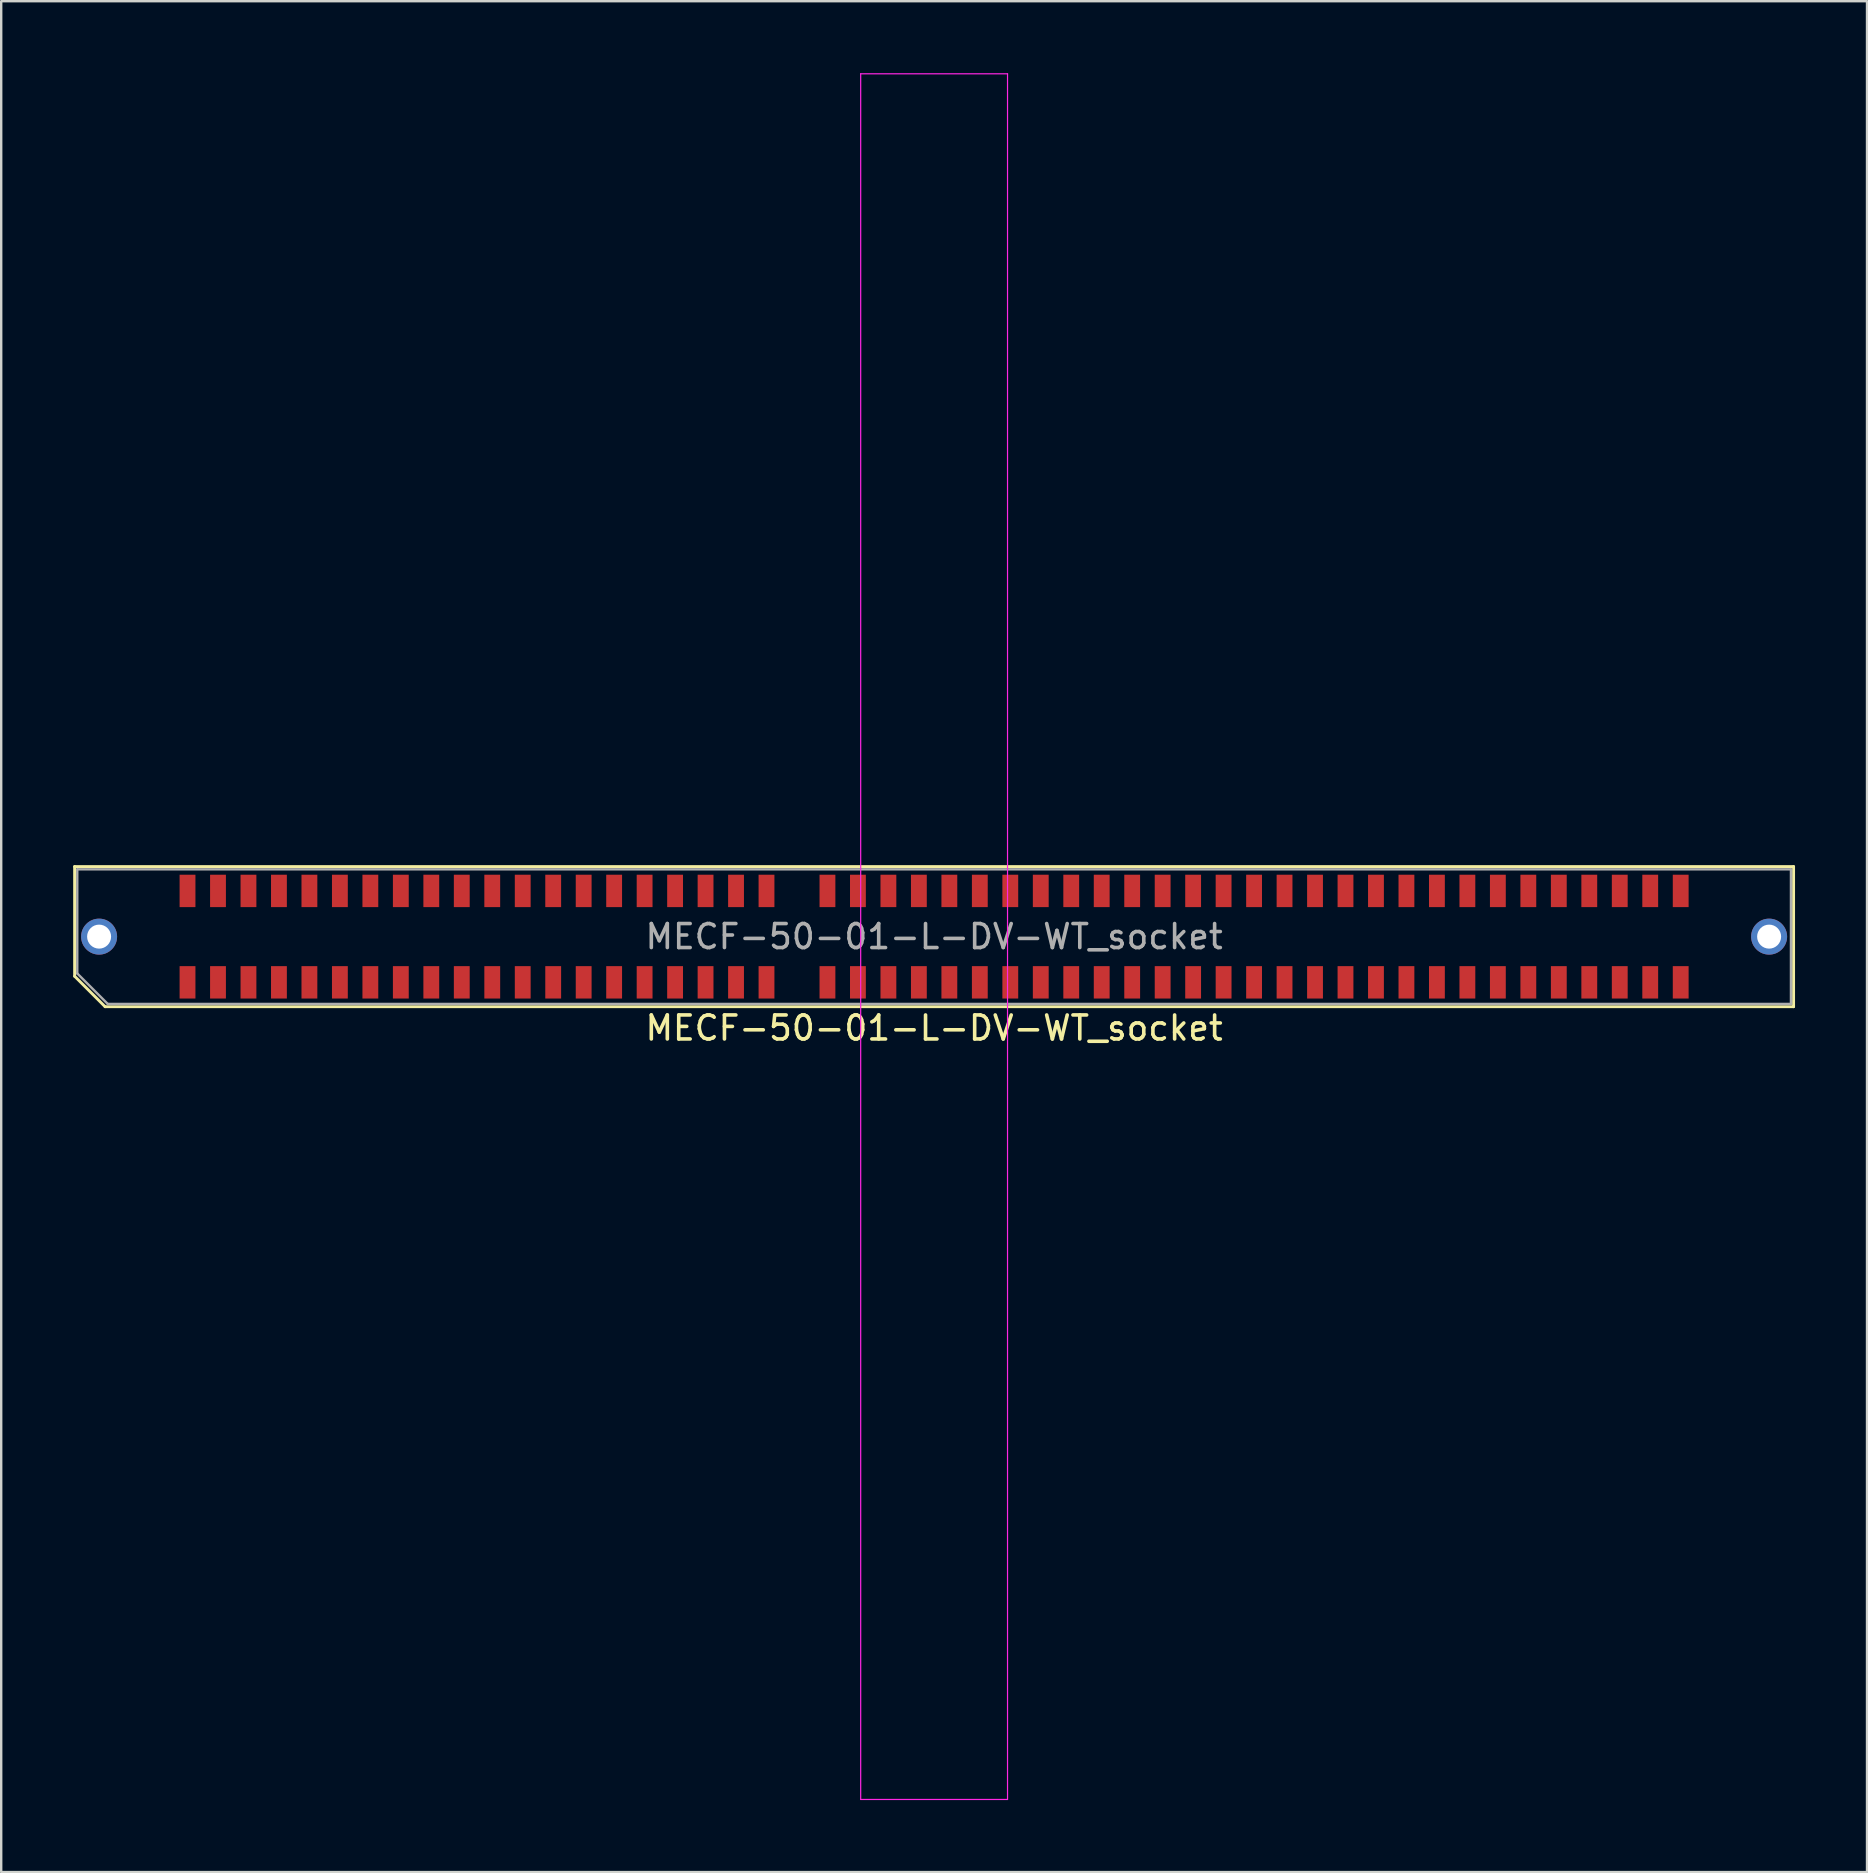
<source format=kicad_pcb>
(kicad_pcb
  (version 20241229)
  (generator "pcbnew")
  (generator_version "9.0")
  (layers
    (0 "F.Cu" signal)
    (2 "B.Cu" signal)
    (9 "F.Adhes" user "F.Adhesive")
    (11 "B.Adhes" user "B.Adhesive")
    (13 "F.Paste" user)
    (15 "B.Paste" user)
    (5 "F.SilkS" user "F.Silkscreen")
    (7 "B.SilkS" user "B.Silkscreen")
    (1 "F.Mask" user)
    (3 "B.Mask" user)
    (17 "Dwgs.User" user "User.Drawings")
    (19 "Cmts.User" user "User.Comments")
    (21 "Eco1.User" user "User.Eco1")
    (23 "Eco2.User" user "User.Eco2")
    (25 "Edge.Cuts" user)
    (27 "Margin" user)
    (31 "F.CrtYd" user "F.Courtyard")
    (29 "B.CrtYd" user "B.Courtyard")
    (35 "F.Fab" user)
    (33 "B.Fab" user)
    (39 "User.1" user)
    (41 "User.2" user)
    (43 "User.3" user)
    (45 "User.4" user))
  (footprint "MECF-50-01-L-DV-WT_socket"
    (layer "F.Cu")
    (at 35.88 35.985)
    (property "Reference" "MECF-50-01-L-DV-WT_socket" (at 0 3.81 0) (layer "F.SilkS") (effects (font (size 1 1) (thickness 0.15))))
    (attr smd)
    (fp_line (start -35.82 -2.92) (end 35.82 -2.92) (stroke (width 0.12) (type solid)) (layer "F.SilkS"))
    (fp_line (start -35.82 1.65) (end -35.82 -2.92) (stroke (width 0.12) (type solid)) (layer "F.SilkS"))
    (fp_line (start -34.55 2.92) (end -35.82 1.65) (stroke (width 0.12) (type solid)) (layer "F.SilkS"))
    (fp_line (start -34.55 2.92) (end 35.82 2.92) (stroke (width 0.12) (type solid)) (layer "F.SilkS"))
    (fp_line (start 35.82 2.92) (end 35.82 -2.92) (stroke (width 0.12) (type solid)) (layer "F.SilkS"))
    (fp_line (start -3.06 -35.96) (end -3.06 35.96) (stroke (width 0.05) (type solid)) (layer "F.CrtYd"))
    (fp_line (start -3.06 35.96) (end 3.06 35.96) (stroke (width 0.05) (type solid)) (layer "F.CrtYd"))
    (fp_line (start 3.06 -35.96) (end -3.06 -35.96) (stroke (width 0.05) (type solid)) (layer "F.CrtYd"))
    (fp_line (start 3.06 35.96) (end 3.06 -35.96) (stroke (width 0.05) (type solid)) (layer "F.CrtYd"))
    (fp_line (start -35.71 -2.805) (end 35.71 -2.805) (stroke (width 0.1) (type solid)) (layer "F.Fab"))
    (fp_line (start -35.71 1.535) (end -35.71 -2.805) (stroke (width 0.1) (type solid)) (layer "F.Fab"))
    (fp_line (start -35.71 1.535) (end -34.44 2.805) (stroke (width 0.1) (type solid)) (layer "F.Fab"))
    (fp_line (start -34.44 2.805) (end 35.71 2.805) (stroke (width 0.1) (type solid)) (layer "F.Fab"))
    (fp_line (start 35.71 2.805) (end 35.71 -2.805) (stroke (width 0.1) (type solid)) (layer "F.Fab"))
    (fp_text user "${REFERENCE}" (at 0 0 0) (layer "F.Fab") (effects (font (size 1 1) (thickness 0.15))))
    (pad "" np_thru_hole circle (at -32.895 0) (size 0.001 0.001) (drill 1.45) (layers "*.Cu" "*.Mask"))
    (pad "" np_thru_hole circle (at 32.895 1) (size 0.001 0.001) (drill 1.45) (layers "*.Cu" "*.Mask"))
    (pad "1" smd rect (at -31.115 1.905) (size 0.66 1.35) (layers "F.Cu" "F.Mask" "F.Paste"))
    (pad "2" smd rect (at -31.115 -1.905) (size 0.66 1.35) (layers "F.Cu" "F.Mask" "F.Paste"))
    (pad "3" smd rect (at -29.845 1.905) (size 0.66 1.35) (layers "F.Cu" "F.Mask" "F.Paste"))
    (pad "4" smd rect (at -29.845 -1.905) (size 0.66 1.35) (layers "F.Cu" "F.Mask" "F.Paste"))
    (pad "5" smd rect (at -28.575 1.905) (size 0.66 1.35) (layers "F.Cu" "F.Mask" "F.Paste"))
    (pad "6" smd rect (at -28.575 -1.905) (size 0.66 1.35) (layers "F.Cu" "F.Mask" "F.Paste"))
    (pad "7" smd rect (at -27.305 1.905) (size 0.66 1.35) (layers "F.Cu" "F.Mask" "F.Paste"))
    (pad "8" smd rect (at -27.305 -1.905) (size 0.66 1.35) (layers "F.Cu" "F.Mask" "F.Paste"))
    (pad "9" smd rect (at -26.035 1.905) (size 0.66 1.35) (layers "F.Cu" "F.Mask" "F.Paste"))
    (pad "10" smd rect (at -26.035 -1.905) (size 0.66 1.35) (layers "F.Cu" "F.Mask" "F.Paste"))
    (pad "11" smd rect (at -24.765 1.905) (size 0.66 1.35) (layers "F.Cu" "F.Mask" "F.Paste"))
    (pad "12" smd rect (at -24.765 -1.905) (size 0.66 1.35) (layers "F.Cu" "F.Mask" "F.Paste"))
    (pad "13" smd rect (at -23.495 1.905) (size 0.66 1.35) (layers "F.Cu" "F.Mask" "F.Paste"))
    (pad "14" smd rect (at -23.495 -1.905) (size 0.66 1.35) (layers "F.Cu" "F.Mask" "F.Paste"))
    (pad "15" smd rect (at -22.225 1.905) (size 0.66 1.35) (layers "F.Cu" "F.Mask" "F.Paste"))
    (pad "16" smd rect (at -22.225 -1.905) (size 0.66 1.35) (layers "F.Cu" "F.Mask" "F.Paste"))
    (pad "17" smd rect (at -20.955 1.905) (size 0.66 1.35) (layers "F.Cu" "F.Mask" "F.Paste"))
    (pad "18" smd rect (at -20.955 -1.905) (size 0.66 1.35) (layers "F.Cu" "F.Mask" "F.Paste"))
    (pad "19" smd rect (at -19.685 1.905) (size 0.66 1.35) (layers "F.Cu" "F.Mask" "F.Paste"))
    (pad "20" smd rect (at -19.685 -1.905) (size 0.66 1.35) (layers "F.Cu" "F.Mask" "F.Paste"))
    (pad "21" smd rect (at -18.415 1.905) (size 0.66 1.35) (layers "F.Cu" "F.Mask" "F.Paste"))
    (pad "22" smd rect (at -18.415 -1.905) (size 0.66 1.35) (layers "F.Cu" "F.Mask" "F.Paste"))
    (pad "23" smd rect (at -17.145 1.905) (size 0.66 1.35) (layers "F.Cu" "F.Mask" "F.Paste"))
    (pad "24" smd rect (at -17.145 -1.905) (size 0.66 1.35) (layers "F.Cu" "F.Mask" "F.Paste"))
    (pad "25" smd rect (at -15.875 1.905) (size 0.66 1.35) (layers "F.Cu" "F.Mask" "F.Paste"))
    (pad "26" smd rect (at -15.875 -1.905) (size 0.66 1.35) (layers "F.Cu" "F.Mask" "F.Paste"))
    (pad "27" smd rect (at -14.605 1.905) (size 0.66 1.35) (layers "F.Cu" "F.Mask" "F.Paste"))
    (pad "28" smd rect (at -14.605 -1.905) (size 0.66 1.35) (layers "F.Cu" "F.Mask" "F.Paste"))
    (pad "29" smd rect (at -13.335 1.905) (size 0.66 1.35) (layers "F.Cu" "F.Mask" "F.Paste"))
    (pad "30" smd rect (at -13.335 -1.905) (size 0.66 1.35) (layers "F.Cu" "F.Mask" "F.Paste"))
    (pad "31" smd rect (at -12.065 1.905) (size 0.66 1.35) (layers "F.Cu" "F.Mask" "F.Paste"))
    (pad "32" smd rect (at -12.065 -1.905) (size 0.66 1.35) (layers "F.Cu" "F.Mask" "F.Paste"))
    (pad "33" smd rect (at -10.795 1.905) (size 0.66 1.35) (layers "F.Cu" "F.Mask" "F.Paste"))
    (pad "34" smd rect (at -10.795 -1.905) (size 0.66 1.35) (layers "F.Cu" "F.Mask" "F.Paste"))
    (pad "35" smd rect (at -9.525 1.905) (size 0.66 1.35) (layers "F.Cu" "F.Mask" "F.Paste"))
    (pad "36" smd rect (at -9.525 -1.905) (size 0.66 1.35) (layers "F.Cu" "F.Mask" "F.Paste"))
    (pad "37" smd rect (at -8.255 1.905) (size 0.66 1.35) (layers "F.Cu" "F.Mask" "F.Paste"))
    (pad "38" smd rect (at -8.255 -1.905) (size 0.66 1.35) (layers "F.Cu" "F.Mask" "F.Paste"))
    (pad "39" smd rect (at -6.985 1.905) (size 0.66 1.35) (layers "F.Cu" "F.Mask" "F.Paste"))
    (pad "40" smd rect (at -6.985 -1.905) (size 0.66 1.35) (layers "F.Cu" "F.Mask" "F.Paste"))
    (pad "43" smd rect (at -4.445 1.905) (size 0.66 1.35) (layers "F.Cu" "F.Mask" "F.Paste"))
    (pad "44" smd rect (at -4.445 -1.905) (size 0.66 1.35) (layers "F.Cu" "F.Mask" "F.Paste"))
    (pad "45" smd rect (at -3.175 1.905) (size 0.66 1.35) (layers "F.Cu" "F.Mask" "F.Paste"))
    (pad "46" smd rect (at -3.175 -1.905) (size 0.66 1.35) (layers "F.Cu" "F.Mask" "F.Paste"))
    (pad "47" smd rect (at -1.905 1.905) (size 0.66 1.35) (layers "F.Cu" "F.Mask" "F.Paste"))
    (pad "48" smd rect (at -1.905 -1.905) (size 0.66 1.35) (layers "F.Cu" "F.Mask" "F.Paste"))
    (pad "49" smd rect (at -0.635 1.905) (size 0.66 1.35) (layers "F.Cu" "F.Mask" "F.Paste"))
    (pad "50" smd rect (at -0.635 -1.905) (size 0.66 1.35) (layers "F.Cu" "F.Mask" "F.Paste"))
    (pad "51" smd rect (at 0.635 1.905) (size 0.66 1.35) (layers "F.Cu" "F.Mask" "F.Paste"))
    (pad "52" smd rect (at 0.635 -1.905) (size 0.66 1.35) (layers "F.Cu" "F.Mask" "F.Paste"))
    (pad "53" smd rect (at 1.905 1.905) (size 0.66 1.35) (layers "F.Cu" "F.Mask" "F.Paste"))
    (pad "54" smd rect (at 1.905 -1.905) (size 0.66 1.35) (layers "F.Cu" "F.Mask" "F.Paste"))
    (pad "55" smd rect (at 3.175 1.905) (size 0.66 1.35) (layers "F.Cu" "F.Mask" "F.Paste"))
    (pad "56" smd rect (at 3.175 -1.905) (size 0.66 1.35) (layers "F.Cu" "F.Mask" "F.Paste"))
    (pad "57" smd rect (at 4.445 1.905) (size 0.66 1.35) (layers "F.Cu" "F.Mask" "F.Paste"))
    (pad "58" smd rect (at 4.445 -1.905) (size 0.66 1.35) (layers "F.Cu" "F.Mask" "F.Paste"))
    (pad "59" smd rect (at 5.715 1.905) (size 0.66 1.35) (layers "F.Cu" "F.Mask" "F.Paste"))
    (pad "60" smd rect (at 5.715 -1.905) (size 0.66 1.35) (layers "F.Cu" "F.Mask" "F.Paste"))
    (pad "61" smd rect (at 6.985 1.905) (size 0.66 1.35) (layers "F.Cu" "F.Mask" "F.Paste"))
    (pad "62" smd rect (at 6.985 -1.905) (size 0.66 1.35) (layers "F.Cu" "F.Mask" "F.Paste"))
    (pad "63" smd rect (at 8.255 1.905) (size 0.66 1.35) (layers "F.Cu" "F.Mask" "F.Paste"))
    (pad "64" smd rect (at 8.255 -1.905) (size 0.66 1.35) (layers "F.Cu" "F.Mask" "F.Paste"))
    (pad "65" smd rect (at 9.525 1.905) (size 0.66 1.35) (layers "F.Cu" "F.Mask" "F.Paste"))
    (pad "66" smd rect (at 9.525 -1.905) (size 0.66 1.35) (layers "F.Cu" "F.Mask" "F.Paste"))
    (pad "67" smd rect (at 10.795 1.905) (size 0.66 1.35) (layers "F.Cu" "F.Mask" "F.Paste"))
    (pad "68" smd rect (at 10.795 -1.905) (size 0.66 1.35) (layers "F.Cu" "F.Mask" "F.Paste"))
    (pad "69" smd rect (at 12.065 1.905) (size 0.66 1.35) (layers "F.Cu" "F.Mask" "F.Paste"))
    (pad "70" smd rect (at 12.065 -1.905) (size 0.66 1.35) (layers "F.Cu" "F.Mask" "F.Paste"))
    (pad "71" smd rect (at 13.335 1.905) (size 0.66 1.35) (layers "F.Cu" "F.Mask" "F.Paste"))
    (pad "72" smd rect (at 13.335 -1.905) (size 0.66 1.35) (layers "F.Cu" "F.Mask" "F.Paste"))
    (pad "73" smd rect (at 14.605 1.905) (size 0.66 1.35) (layers "F.Cu" "F.Mask" "F.Paste"))
    (pad "74" smd rect (at 14.605 -1.905) (size 0.66 1.35) (layers "F.Cu" "F.Mask" "F.Paste"))
    (pad "75" smd rect (at 15.875 1.905) (size 0.66 1.35) (layers "F.Cu" "F.Mask" "F.Paste"))
    (pad "76" smd rect (at 15.875 -1.905) (size 0.66 1.35) (layers "F.Cu" "F.Mask" "F.Paste"))
    (pad "77" smd rect (at 17.145 1.905) (size 0.66 1.35) (layers "F.Cu" "F.Mask" "F.Paste"))
    (pad "78" smd rect (at 17.145 -1.905) (size 0.66 1.35) (layers "F.Cu" "F.Mask" "F.Paste"))
    (pad "79" smd rect (at 18.415 1.905) (size 0.66 1.35) (layers "F.Cu" "F.Mask" "F.Paste"))
    (pad "80" smd rect (at 18.415 -1.905) (size 0.66 1.35) (layers "F.Cu" "F.Mask" "F.Paste"))
    (pad "81" smd rect (at 19.685 1.905) (size 0.66 1.35) (layers "F.Cu" "F.Mask" "F.Paste"))
    (pad "82" smd rect (at 19.685 -1.905) (size 0.66 1.35) (layers "F.Cu" "F.Mask" "F.Paste"))
    (pad "83" smd rect (at 20.955 1.905) (size 0.66 1.35) (layers "F.Cu" "F.Mask" "F.Paste"))
    (pad "84" smd rect (at 20.955 -1.905) (size 0.66 1.35) (layers "F.Cu" "F.Mask" "F.Paste"))
    (pad "85" smd rect (at 22.225 1.905) (size 0.66 1.35) (layers "F.Cu" "F.Mask" "F.Paste"))
    (pad "86" smd rect (at 22.225 -1.905) (size 0.66 1.35) (layers "F.Cu" "F.Mask" "F.Paste"))
    (pad "87" smd rect (at 23.495 1.905) (size 0.66 1.35) (layers "F.Cu" "F.Mask" "F.Paste"))
    (pad "88" smd rect (at 23.495 -1.905) (size 0.66 1.35) (layers "F.Cu" "F.Mask" "F.Paste"))
    (pad "89" smd rect (at 24.765 1.905) (size 0.66 1.35) (layers "F.Cu" "F.Mask" "F.Paste"))
    (pad "90" smd rect (at 24.765 -1.905) (size 0.66 1.35) (layers "F.Cu" "F.Mask" "F.Paste"))
    (pad "91" smd rect (at 26.035 1.905) (size 0.66 1.35) (layers "F.Cu" "F.Mask" "F.Paste"))
    (pad "92" smd rect (at 26.035 -1.905) (size 0.66 1.35) (layers "F.Cu" "F.Mask" "F.Paste"))
    (pad "93" smd rect (at 27.305 1.905) (size 0.66 1.35) (layers "F.Cu" "F.Mask" "F.Paste"))
    (pad "94" smd rect (at 27.305 -1.905) (size 0.66 1.35) (layers "F.Cu" "F.Mask" "F.Paste"))
    (pad "95" smd rect (at 28.575 1.905) (size 0.66 1.35) (layers "F.Cu" "F.Mask" "F.Paste"))
    (pad "96" smd rect (at 28.575 -1.905) (size 0.66 1.35) (layers "F.Cu" "F.Mask" "F.Paste"))
    (pad "97" smd rect (at 29.845 1.905) (size 0.66 1.35) (layers "F.Cu" "F.Mask" "F.Paste"))
    (pad "98" smd rect (at 29.845 -1.905) (size 0.66 1.35) (layers "F.Cu" "F.Mask" "F.Paste"))
    (pad "99" smd rect (at 31.115 1.905) (size 0.66 1.35) (layers "F.Cu" "F.Mask" "F.Paste"))
    (pad "100" smd rect (at 31.115 -1.905) (size 0.66 1.35) (layers "F.Cu" "F.Mask" "F.Paste"))
    (pad "None" thru_hole circle (at -34.8 0) (size 1.5 1.5) (drill 1) (layers "*.Cu" "*.Mask"))
    (pad "None" thru_hole circle (at 34.8 0) (size 1.5 1.5) (drill 1) (layers "*.Cu" "*.Mask")))
  (gr_rect
    (start -3 -3)
    (end 74.76 74.97)
    (stroke (width 0.1) (type default))
    (fill no)
    (layer "Edge.Cuts")))
</source>
